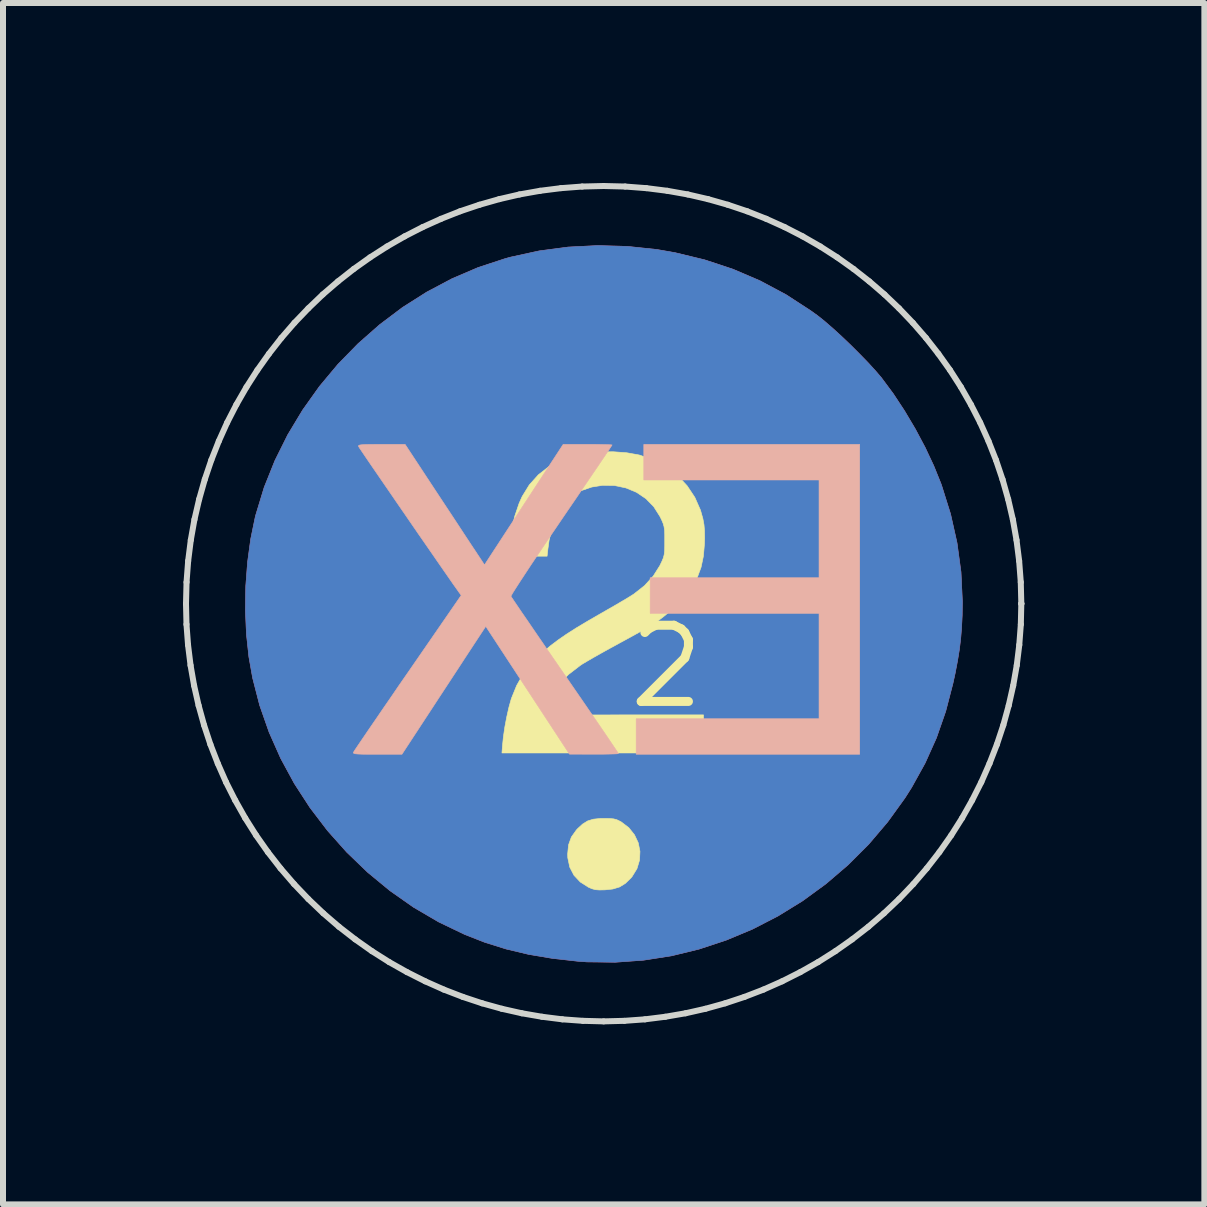
<source format=kicad_pcb>
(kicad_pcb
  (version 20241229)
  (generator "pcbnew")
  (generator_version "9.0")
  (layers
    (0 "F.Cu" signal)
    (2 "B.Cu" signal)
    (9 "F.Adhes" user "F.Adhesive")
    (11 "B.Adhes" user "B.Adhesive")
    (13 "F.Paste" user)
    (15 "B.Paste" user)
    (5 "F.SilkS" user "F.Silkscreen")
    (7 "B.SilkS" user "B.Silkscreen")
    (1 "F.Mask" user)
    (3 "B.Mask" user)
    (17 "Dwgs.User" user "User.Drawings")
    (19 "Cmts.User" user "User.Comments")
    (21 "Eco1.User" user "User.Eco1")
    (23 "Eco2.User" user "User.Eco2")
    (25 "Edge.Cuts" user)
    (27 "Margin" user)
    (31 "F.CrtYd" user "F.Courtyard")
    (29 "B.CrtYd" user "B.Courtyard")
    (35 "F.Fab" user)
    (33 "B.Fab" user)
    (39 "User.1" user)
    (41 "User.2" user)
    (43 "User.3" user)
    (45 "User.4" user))
  (footprint "2"
    (layer "F.Cu")
    (at 8.061 8.061)
    (property "Reference" "2" (at 0 0 0) (layer "F.SilkS") (effects (font (size 1.27 1.27) (thickness 0.15))))
    (attr through_hole)
    (fp_poly (pts (xy -0.654 -7.004) (xy -0.162 -6.952) (xy 0.141 -6.899) (xy 0.632 -6.78) (xy 1.104 -6.624) (xy 1.555 -6.431) (xy 1.988 -6.2) (xy 2.402 -5.931) (xy 2.517 -5.848) (xy 2.632 -5.756) (xy 2.767 -5.639) (xy 2.914 -5.505) (xy 3.067 -5.359) (xy 3.217 -5.209) (xy 3.358 -5.064) (xy 3.482 -4.928) (xy 3.582 -4.811) (xy 3.586 -4.805) (xy 3.776 -4.549) (xy 3.963 -4.265) (xy 4.143 -3.962) (xy 4.308 -3.652) (xy 4.452 -3.345) (xy 4.57 -3.053) (xy 4.58 -3.026) (xy 4.731 -2.544) (xy 4.839 -2.062) (xy 4.905 -1.577) (xy 4.928 -1.09) (xy 4.925 -0.857) (xy 4.915 -0.654) (xy 4.9 -0.468) (xy 4.878 -0.286) (xy 4.847 -0.096) (xy 4.807 0.113) (xy 4.771 0.278) (xy 4.65 0.744) (xy 4.496 1.186) (xy 4.307 1.607) (xy 4.082 2.013) (xy 3.971 2.188) (xy 3.683 2.587) (xy 3.366 2.96) (xy 3.022 3.304) (xy 2.654 3.619) (xy 2.265 3.903) (xy 1.856 4.155) (xy 1.431 4.374) (xy 0.991 4.558) (xy 0.54 4.707) (xy 0.08 4.819) (xy -0.387 4.892) (xy -0.858 4.926) (xy -1.331 4.92) (xy -1.482 4.909) (xy -1.908 4.861) (xy -2.303 4.794) (xy -2.676 4.705) (xy -3.033 4.593) (xy -3.365 4.463) (xy -3.8 4.254) (xy -4.217 4.01) (xy -4.612 3.733) (xy -4.984 3.426) (xy -5.331 3.092) (xy -5.651 2.733) (xy -5.943 2.35) (xy -6.204 1.948) (xy -6.432 1.528) (xy -6.625 1.093) (xy -6.782 0.645) (xy -6.9 0.187) (xy -6.962 -0.162) (xy -7.003 -0.543) (xy -7.02 -0.94) (xy -7.014 -1.343) (xy -6.984 -1.742) (xy -6.932 -2.126) (xy -6.858 -2.485) (xy -6.847 -2.529) (xy -6.707 -2.989) (xy -6.528 -3.435) (xy -6.314 -3.865) (xy -6.066 -4.277) (xy -5.787 -4.669) (xy -5.479 -5.038) (xy -5.143 -5.382) (xy -4.783 -5.699) (xy -4.401 -5.987) (xy -3.997 -6.243) (xy -3.576 -6.466) (xy -3.139 -6.653) (xy -2.688 -6.801) (xy -2.596 -6.826) (xy -2.124 -6.929) (xy -1.64 -6.993) (xy -1.148 -7.018) (xy -0.654 -7.004)) (stroke (width 0.01) (type solid)) (fill yes) (layer "F.Cu"))
    (fp_poly (pts (xy -0.654 -7.004) (xy -0.162 -6.952) (xy 0.141 -6.899) (xy 0.632 -6.78) (xy 1.104 -6.624) (xy 1.555 -6.431) (xy 1.988 -6.2) (xy 2.402 -5.931) (xy 2.517 -5.848) (xy 2.632 -5.756) (xy 2.767 -5.639) (xy 2.914 -5.505) (xy 3.067 -5.359) (xy 3.217 -5.209) (xy 3.358 -5.064) (xy 3.482 -4.928) (xy 3.582 -4.811) (xy 3.586 -4.805) (xy 3.776 -4.549) (xy 3.963 -4.265) (xy 4.143 -3.962) (xy 4.308 -3.652) (xy 4.452 -3.345) (xy 4.57 -3.053) (xy 4.58 -3.026) (xy 4.731 -2.544) (xy 4.839 -2.062) (xy 4.905 -1.577) (xy 4.928 -1.09) (xy 4.925 -0.857) (xy 4.915 -0.654) (xy 4.9 -0.468) (xy 4.878 -0.286) (xy 4.847 -0.096) (xy 4.807 0.113) (xy 4.771 0.278) (xy 4.65 0.744) (xy 4.496 1.186) (xy 4.307 1.607) (xy 4.082 2.013) (xy 3.971 2.188) (xy 3.683 2.587) (xy 3.366 2.96) (xy 3.022 3.304) (xy 2.654 3.619) (xy 2.265 3.903) (xy 1.856 4.155) (xy 1.431 4.374) (xy 0.991 4.558) (xy 0.54 4.707) (xy 0.08 4.819) (xy -0.387 4.892) (xy -0.858 4.926) (xy -1.331 4.92) (xy -1.482 4.909) (xy -1.908 4.861) (xy -2.303 4.794) (xy -2.676 4.705) (xy -3.033 4.593) (xy -3.365 4.463) (xy -3.8 4.254) (xy -4.217 4.01) (xy -4.612 3.733) (xy -4.984 3.426) (xy -5.331 3.092) (xy -5.651 2.733) (xy -5.943 2.35) (xy -6.204 1.948) (xy -6.432 1.528) (xy -6.625 1.093) (xy -6.782 0.645) (xy -6.9 0.187) (xy -6.962 -0.162) (xy -7.003 -0.543) (xy -7.02 -0.94) (xy -7.014 -1.343) (xy -6.984 -1.742) (xy -6.932 -2.126) (xy -6.858 -2.485) (xy -6.847 -2.529) (xy -6.707 -2.989) (xy -6.528 -3.435) (xy -6.314 -3.865) (xy -6.066 -4.277) (xy -5.787 -4.669) (xy -5.479 -5.038) (xy -5.143 -5.382) (xy -4.783 -5.699) (xy -4.401 -5.987) (xy -3.997 -6.243) (xy -3.576 -6.466) (xy -3.139 -6.653) (xy -2.688 -6.801) (xy -2.596 -6.826) (xy -2.124 -6.929) (xy -1.64 -6.993) (xy -1.148 -7.018) (xy -0.654 -7.004)) (stroke (width 0.01) (type solid)) (fill yes) (layer "B.Cu"))
    (fp_poly (pts (xy -0.952 2.531) (xy -0.884 2.537) (xy -0.833 2.55) (xy -0.783 2.574) (xy -0.758 2.587) (xy -0.631 2.684) (xy -0.536 2.803) (xy -0.473 2.937) (xy -0.445 3.079) (xy -0.452 3.225) (xy -0.495 3.367) (xy -0.576 3.499) (xy -0.597 3.524) (xy -0.689 3.613) (xy -0.785 3.672) (xy -0.898 3.706) (xy -1.027 3.72) (xy -1.12 3.722) (xy -1.188 3.717) (xy -1.246 3.701) (xy -1.302 3.677) (xy -1.44 3.589) (xy -1.545 3.477) (xy -1.615 3.342) (xy -1.648 3.186) (xy -1.65 3.122) (xy -1.635 2.97) (xy -1.588 2.84) (xy -1.505 2.723) (xy -1.486 2.702) (xy -1.4 2.623) (xy -1.316 2.571) (xy -1.221 2.542) (xy -1.103 2.53) (xy -1.048 2.53) (xy -0.952 2.531)) (stroke (width 0.01) (type solid)) (fill yes) (layer "F.SilkS"))
    (fp_poly (pts (xy -0.665 -3.565) (xy -0.459 -3.528) (xy -0.445 -3.524) (xy -0.215 -3.444) (xy -0.005 -3.33) (xy 0.182 -3.186) (xy 0.341 -3.015) (xy 0.47 -2.821) (xy 0.564 -2.608) (xy 0.604 -2.465) (xy 0.622 -2.367) (xy 0.631 -2.264) (xy 0.633 -2.143) (xy 0.63 -2.046) (xy 0.612 -1.84) (xy 0.574 -1.658) (xy 0.513 -1.493) (xy 0.423 -1.335) (xy 0.301 -1.178) (xy 0.169 -1.036) (xy 0.094 -0.962) (xy 0.023 -0.896) (xy -0.049 -0.836) (xy -0.127 -0.777) (xy -0.216 -0.717) (xy -0.322 -0.652) (xy -0.449 -0.578) (xy -0.602 -0.493) (xy -0.788 -0.392) (xy -0.818 -0.375) (xy -0.958 -0.299) (xy -1.093 -0.224) (xy -1.217 -0.154) (xy -1.322 -0.093) (xy -1.403 -0.045) (xy -1.442 -0.019) (xy -1.637 0.131) (xy -1.791 0.291) (xy -1.906 0.461) (xy -1.97 0.607) (xy -1.985 0.647) (xy -1.999 0.681) (xy -2.01 0.711) (xy -2.013 0.735) (xy -2.007 0.754) (xy -1.988 0.77) (xy -1.954 0.782) (xy -1.901 0.791) (xy -1.827 0.798) (xy -1.728 0.802) (xy -1.603 0.804) (xy -1.447 0.805) (xy -1.259 0.805) (xy -1.035 0.805) (xy -0.772 0.804) (xy -0.699 0.804) (xy 0.614 0.804) (xy 0.614 1.439) (xy -2.745 1.439) (xy -2.736 1.318) (xy -2.721 1.17) (xy -2.697 1.005) (xy -2.665 0.836) (xy -2.629 0.677) (xy -2.592 0.544) (xy -2.584 0.521) (xy -2.5 0.314) (xy -2.395 0.13) (xy -2.26 -0.042) (xy -2.16 -0.148) (xy -2.053 -0.249) (xy -1.939 -0.346) (xy -1.814 -0.441) (xy -1.671 -0.54) (xy -1.505 -0.646) (xy -1.311 -0.762) (xy -1.122 -0.871) (xy -0.988 -0.948) (xy -0.859 -1.022) (xy -0.742 -1.091) (xy -0.644 -1.149) (xy -0.572 -1.194) (xy -0.544 -1.212) (xy -0.369 -1.35) (xy -0.224 -1.509) (xy -0.114 -1.683) (xy -0.111 -1.689) (xy -0.077 -1.76) (xy -0.054 -1.815) (xy -0.041 -1.868) (xy -0.034 -1.929) (xy -0.032 -2.012) (xy -0.032 -2.095) (xy -0.032 -2.202) (xy -0.035 -2.278) (xy -0.044 -2.336) (xy -0.059 -2.388) (xy -0.084 -2.447) (xy -0.111 -2.502) (xy -0.215 -2.666) (xy -0.347 -2.801) (xy -0.503 -2.906) (xy -0.679 -2.979) (xy -0.869 -3.019) (xy -1.07 -3.022) (xy -1.247 -2.994) (xy -1.428 -2.932) (xy -1.584 -2.835) (xy -1.715 -2.704) (xy -1.821 -2.539) (xy -1.902 -2.34) (xy -1.959 -2.107) (xy -1.979 -1.963) (xy -1.993 -1.841) (xy -2.631 -1.841) (xy -2.617 -2.041) (xy -2.587 -2.272) (xy -2.533 -2.504) (xy -2.459 -2.723) (xy -2.409 -2.835) (xy -2.289 -3.03) (xy -2.138 -3.198) (xy -1.957 -3.339) (xy -1.75 -3.448) (xy -1.562 -3.513) (xy -1.356 -3.556) (xy -1.128 -3.579) (xy -0.893 -3.582) (xy -0.665 -3.565)) (stroke (width 0.01) (type solid)) (fill yes) (layer "F.SilkS"))
    (fp_poly (pts (xy 3.217 1.46) (xy -0.508 1.46) (xy -0.508 0.868) (xy 2.54 0.868) (xy 2.54 -0.889) (xy -0.275 -0.889) (xy -0.275 -1.482) (xy 2.54 -1.482) (xy 2.54 -3.111) (xy -0.381 -3.111) (xy -0.381 -3.704) (xy 3.217 -3.704) (xy 3.217 1.46)) (stroke (width 0.01) (type solid)) (fill yes) (layer "B.SilkS"))
    (fp_poly (pts (xy -3.882 -2.979) (xy -3.77 -2.809) (xy -3.657 -2.638) (xy -3.548 -2.473) (xy -3.447 -2.319) (xy -3.357 -2.182) (xy -3.282 -2.068) (xy -3.226 -1.983) (xy -3.22 -1.975) (xy -3.036 -1.696) (xy -2.381 -2.7) (xy -1.725 -3.704) (xy -1.318 -3.704) (xy -1.192 -3.704) (xy -1.081 -3.702) (xy -0.993 -3.7) (xy -0.934 -3.698) (xy -0.91 -3.695) (xy -0.91 -3.695) (xy -0.922 -3.676) (xy -0.955 -3.626) (xy -1.009 -3.545) (xy -1.081 -3.439) (xy -1.169 -3.308) (xy -1.272 -3.157) (xy -1.387 -2.988) (xy -1.512 -2.803) (xy -1.647 -2.606) (xy -1.758 -2.443) (xy -1.898 -2.237) (xy -2.03 -2.041) (xy -2.153 -1.858) (xy -2.265 -1.691) (xy -2.363 -1.542) (xy -2.447 -1.414) (xy -2.514 -1.31) (xy -2.562 -1.234) (xy -2.589 -1.187) (xy -2.595 -1.173) (xy -2.582 -1.152) (xy -2.546 -1.098) (xy -2.49 -1.015) (xy -2.416 -0.906) (xy -2.325 -0.774) (xy -2.22 -0.62) (xy -2.102 -0.448) (xy -1.974 -0.261) (xy -1.836 -0.061) (xy -1.695 0.144) (xy -1.551 0.353) (xy -1.414 0.552) (xy -1.286 0.738) (xy -1.169 0.908) (xy -1.065 1.06) (xy -0.976 1.191) (xy -0.904 1.298) (xy -0.85 1.378) (xy -0.816 1.429) (xy -0.804 1.448) (xy -0.824 1.452) (xy -0.88 1.455) (xy -0.966 1.457) (xy -1.074 1.459) (xy -1.199 1.459) (xy -1.212 1.459) (xy -1.619 1.458) (xy -2.317 0.393) (xy -3.015 -0.672) (xy -3.281 -0.267) (xy -3.358 -0.15) (xy -3.453 -0.004) (xy -3.561 0.161) (xy -3.677 0.338) (xy -3.796 0.519) (xy -3.912 0.697) (xy -3.979 0.799) (xy -4.412 1.46) (xy -4.822 1.46) (xy -4.965 1.46) (xy -5.07 1.459) (xy -5.143 1.456) (xy -5.189 1.452) (xy -5.214 1.445) (xy -5.222 1.435) (xy -5.22 1.429) (xy -5.207 1.406) (xy -5.171 1.352) (xy -5.115 1.269) (xy -5.04 1.159) (xy -4.949 1.025) (xy -4.843 0.871) (xy -4.725 0.698) (xy -4.596 0.511) (xy -4.459 0.31) (xy -4.316 0.104) (xy -3.424 -1.189) (xy -3.465 -1.245) (xy -3.498 -1.292) (xy -3.551 -1.366) (xy -3.62 -1.466) (xy -3.705 -1.588) (xy -3.802 -1.728) (xy -3.909 -1.883) (xy -4.024 -2.049) (xy -4.144 -2.222) (xy -4.267 -2.401) (xy -4.39 -2.58) (xy -4.512 -2.757) (xy -4.629 -2.928) (xy -4.74 -3.089) (xy -4.842 -3.238) (xy -4.933 -3.37) (xy -5.009 -3.482) (xy -5.07 -3.572) (xy -5.112 -3.634) (xy -5.133 -3.667) (xy -5.135 -3.67) (xy -5.136 -3.682) (xy -5.124 -3.691) (xy -5.095 -3.697) (xy -5.043 -3.701) (xy -4.963 -3.703) (xy -4.849 -3.704) (xy -4.753 -3.704) (xy -4.359 -3.704) (xy -3.882 -2.979)) (stroke (width 0.01) (type solid)) (fill yes) (layer "B.SilkS"))
    (fp_line (start -8.011 -1.05) (end -8.002 -1.408) (stroke (width 0.1) (type solid)) (layer "Edge.Cuts"))
    (fp_line (start -8.003 -0.705) (end -8.011 -1.05) (stroke (width 0.1) (type solid)) (layer "Edge.Cuts"))
    (fp_line (start -8.002 -1.408) (end -7.975 -1.762) (stroke (width 0.1) (type solid)) (layer "Edge.Cuts"))
    (fp_line (start -7.977 -0.362) (end -8.003 -0.705) (stroke (width 0.1) (type solid)) (layer "Edge.Cuts"))
    (fp_line (start -7.975 -1.762) (end -7.931 -2.11) (stroke (width 0.1) (type solid)) (layer "Edge.Cuts"))
    (fp_line (start -7.935 -0.022) (end -7.977 -0.362) (stroke (width 0.1) (type solid)) (layer "Edge.Cuts"))
    (fp_line (start -7.931 -2.11) (end -7.87 -2.453) (stroke (width 0.1) (type solid)) (layer "Edge.Cuts"))
    (fp_line (start -7.876 0.315) (end -7.935 -0.022) (stroke (width 0.1) (type solid)) (layer "Edge.Cuts"))
    (fp_line (start -7.87 -2.453) (end -7.792 -2.789) (stroke (width 0.1) (type solid)) (layer "Edge.Cuts"))
    (fp_line (start -7.801 0.647) (end -7.876 0.315) (stroke (width 0.1) (type solid)) (layer "Edge.Cuts"))
    (fp_line (start -7.792 -2.789) (end -7.698 -3.12) (stroke (width 0.1) (type solid)) (layer "Edge.Cuts"))
    (fp_line (start -7.71 0.975) (end -7.801 0.647) (stroke (width 0.1) (type solid)) (layer "Edge.Cuts"))
    (fp_line (start -7.698 -3.12) (end -7.589 -3.443) (stroke (width 0.1) (type solid)) (layer "Edge.Cuts"))
    (fp_line (start -7.604 1.297) (end -7.71 0.975) (stroke (width 0.1) (type solid)) (layer "Edge.Cuts"))
    (fp_line (start -7.589 -3.443) (end -7.464 -3.759) (stroke (width 0.1) (type solid)) (layer "Edge.Cuts"))
    (fp_line (start -7.481 1.614) (end -7.604 1.297) (stroke (width 0.1) (type solid)) (layer "Edge.Cuts"))
    (fp_line (start -7.464 -3.759) (end -7.325 -4.068) (stroke (width 0.1) (type solid)) (layer "Edge.Cuts"))
    (fp_line (start -7.344 1.925) (end -7.481 1.614) (stroke (width 0.1) (type solid)) (layer "Edge.Cuts"))
    (fp_line (start -7.325 -4.068) (end -7.171 -4.368) (stroke (width 0.1) (type solid)) (layer "Edge.Cuts"))
    (fp_line (start -7.191 2.228) (end -7.344 1.925) (stroke (width 0.1) (type solid)) (layer "Edge.Cuts"))
    (fp_line (start -7.171 -4.368) (end -7.003 -4.66) (stroke (width 0.1) (type solid)) (layer "Edge.Cuts"))
    (fp_line (start -7.024 2.524) (end -7.191 2.228) (stroke (width 0.1) (type solid)) (layer "Edge.Cuts"))
    (fp_line (start -7.003 -4.66) (end -6.822 -4.942) (stroke (width 0.1) (type solid)) (layer "Edge.Cuts"))
    (fp_line (start -6.842 2.812) (end -7.024 2.524) (stroke (width 0.1) (type solid)) (layer "Edge.Cuts"))
    (fp_line (start -6.822 -4.942) (end -6.628 -5.215) (stroke (width 0.1) (type solid)) (layer "Edge.Cuts"))
    (fp_line (start -6.645 3.092) (end -6.842 2.812) (stroke (width 0.1) (type solid)) (layer "Edge.Cuts"))
    (fp_line (start -6.628 -5.215) (end -6.422 -5.478) (stroke (width 0.1) (type solid)) (layer "Edge.Cuts"))
    (fp_line (start -6.435 3.362) (end -6.645 3.092) (stroke (width 0.1) (type solid)) (layer "Edge.Cuts"))
    (fp_line (start -6.422 -5.478) (end -6.203 -5.731) (stroke (width 0.1) (type solid)) (layer "Edge.Cuts"))
    (fp_line (start -6.21 3.623) (end -6.435 3.362) (stroke (width 0.1) (type solid)) (layer "Edge.Cuts"))
    (fp_line (start -6.203 -5.731) (end -5.972 -5.972) (stroke (width 0.1) (type solid)) (layer "Edge.Cuts"))
    (fp_line (start -5.972 -5.972) (end -5.731 -6.203) (stroke (width 0.1) (type solid)) (layer "Edge.Cuts"))
    (fp_line (start -5.972 3.873) (end -6.21 3.623) (stroke (width 0.1) (type solid)) (layer "Edge.Cuts"))
    (fp_line (start -5.731 -6.203) (end -5.478 -6.421) (stroke (width 0.1) (type solid)) (layer "Edge.Cuts"))
    (fp_line (start -5.722 4.111) (end -5.972 3.873) (stroke (width 0.1) (type solid)) (layer "Edge.Cuts"))
    (fp_line (start -5.478 -6.421) (end -5.215 -6.628) (stroke (width 0.1) (type solid)) (layer "Edge.Cuts"))
    (fp_line (start -5.462 4.335) (end -5.722 4.111) (stroke (width 0.1) (type solid)) (layer "Edge.Cuts"))
    (fp_line (start -5.215 -6.628) (end -4.942 -6.822) (stroke (width 0.1) (type solid)) (layer "Edge.Cuts"))
    (fp_line (start -5.191 4.545) (end -5.462 4.335) (stroke (width 0.1) (type solid)) (layer "Edge.Cuts"))
    (fp_line (start -4.942 -6.822) (end -4.66 -7.003) (stroke (width 0.1) (type solid)) (layer "Edge.Cuts"))
    (fp_line (start -4.912 4.742) (end -5.191 4.545) (stroke (width 0.1) (type solid)) (layer "Edge.Cuts"))
    (fp_line (start -4.66 -7.003) (end -4.368 -7.171) (stroke (width 0.1) (type solid)) (layer "Edge.Cuts"))
    (fp_line (start -4.624 4.924) (end -4.912 4.742) (stroke (width 0.1) (type solid)) (layer "Edge.Cuts"))
    (fp_line (start -4.368 -7.171) (end -4.068 -7.325) (stroke (width 0.1) (type solid)) (layer "Edge.Cuts"))
    (fp_line (start -4.328 5.091) (end -4.624 4.924) (stroke (width 0.1) (type solid)) (layer "Edge.Cuts"))
    (fp_line (start -4.068 -7.325) (end -3.76 -7.464) (stroke (width 0.1) (type solid)) (layer "Edge.Cuts"))
    (fp_line (start -4.024 5.244) (end -4.328 5.091) (stroke (width 0.1) (type solid)) (layer "Edge.Cuts"))
    (fp_line (start -3.76 -7.464) (end -3.444 -7.589) (stroke (width 0.1) (type solid)) (layer "Edge.Cuts"))
    (fp_line (start -3.714 5.382) (end -4.024 5.244) (stroke (width 0.1) (type solid)) (layer "Edge.Cuts"))
    (fp_line (start -3.444 -7.589) (end -3.12 -7.698) (stroke (width 0.1) (type solid)) (layer "Edge.Cuts"))
    (fp_line (start -3.397 5.504) (end -3.714 5.382) (stroke (width 0.1) (type solid)) (layer "Edge.Cuts"))
    (fp_line (start -3.12 -7.698) (end -2.79 -7.792) (stroke (width 0.1) (type solid)) (layer "Edge.Cuts"))
    (fp_line (start -3.075 5.611) (end -3.397 5.504) (stroke (width 0.1) (type solid)) (layer "Edge.Cuts"))
    (fp_line (start -2.79 -7.792) (end -2.453 -7.87) (stroke (width 0.1) (type solid)) (layer "Edge.Cuts"))
    (fp_line (start -2.747 5.702) (end -3.075 5.611) (stroke (width 0.1) (type solid)) (layer "Edge.Cuts"))
    (fp_line (start -2.453 -7.87) (end -2.11 -7.931) (stroke (width 0.1) (type solid)) (layer "Edge.Cuts"))
    (fp_line (start -2.414 5.777) (end -2.747 5.702) (stroke (width 0.1) (type solid)) (layer "Edge.Cuts"))
    (fp_line (start -2.11 -7.931) (end -1.762 -7.975) (stroke (width 0.1) (type solid)) (layer "Edge.Cuts"))
    (fp_line (start -2.078 5.835) (end -2.414 5.777) (stroke (width 0.1) (type solid)) (layer "Edge.Cuts"))
    (fp_line (start -1.762 -7.975) (end -1.408 -8.002) (stroke (width 0.1) (type solid)) (layer "Edge.Cuts"))
    (fp_line (start -1.738 5.878) (end -2.078 5.835) (stroke (width 0.1) (type solid)) (layer "Edge.Cuts"))
    (fp_line (start -1.408 -8.002) (end -1.05 -8.011) (stroke (width 0.1) (type solid)) (layer "Edge.Cuts"))
    (fp_line (start -1.395 5.903) (end -1.738 5.878) (stroke (width 0.1) (type solid)) (layer "Edge.Cuts"))
    (fp_line (start -1.05 -8.011) (end -0.692 -8.002) (stroke (width 0.1) (type solid)) (layer "Edge.Cuts"))
    (fp_line (start -1.05 5.912) (end -1.395 5.903) (stroke (width 0.1) (type solid)) (layer "Edge.Cuts"))
    (fp_line (start -0.705 5.903) (end -1.05 5.912) (stroke (width 0.1) (type solid)) (layer "Edge.Cuts"))
    (fp_line (start -0.692 -8.002) (end -0.338 -7.975) (stroke (width 0.1) (type solid)) (layer "Edge.Cuts"))
    (fp_line (start -0.362 5.878) (end -0.705 5.903) (stroke (width 0.1) (type solid)) (layer "Edge.Cuts"))
    (fp_line (start -0.338 -7.975) (end 0.01 -7.931) (stroke (width 0.1) (type solid)) (layer "Edge.Cuts"))
    (fp_line (start -0.022 5.835) (end -0.362 5.878) (stroke (width 0.1) (type solid)) (layer "Edge.Cuts"))
    (fp_line (start 0.01 -7.931) (end 0.353 -7.87) (stroke (width 0.1) (type solid)) (layer "Edge.Cuts"))
    (fp_line (start 0.315 5.777) (end -0.022 5.835) (stroke (width 0.1) (type solid)) (layer "Edge.Cuts"))
    (fp_line (start 0.353 -7.87) (end 0.69 -7.792) (stroke (width 0.1) (type solid)) (layer "Edge.Cuts"))
    (fp_line (start 0.647 5.702) (end 0.315 5.777) (stroke (width 0.1) (type solid)) (layer "Edge.Cuts"))
    (fp_line (start 0.69 -7.792) (end 1.02 -7.698) (stroke (width 0.1) (type solid)) (layer "Edge.Cuts"))
    (fp_line (start 0.975 5.611) (end 0.647 5.702) (stroke (width 0.1) (type solid)) (layer "Edge.Cuts"))
    (fp_line (start 1.02 -7.698) (end 1.344 -7.589) (stroke (width 0.1) (type solid)) (layer "Edge.Cuts"))
    (fp_line (start 1.297 5.504) (end 0.975 5.611) (stroke (width 0.1) (type solid)) (layer "Edge.Cuts"))
    (fp_line (start 1.344 -7.589) (end 1.66 -7.464) (stroke (width 0.1) (type solid)) (layer "Edge.Cuts"))
    (fp_line (start 1.614 5.382) (end 1.297 5.504) (stroke (width 0.1) (type solid)) (layer "Edge.Cuts"))
    (fp_line (start 1.66 -7.464) (end 1.968 -7.325) (stroke (width 0.1) (type solid)) (layer "Edge.Cuts"))
    (fp_line (start 1.925 5.244) (end 1.614 5.382) (stroke (width 0.1) (type solid)) (layer "Edge.Cuts"))
    (fp_line (start 1.968 -7.325) (end 2.268 -7.171) (stroke (width 0.1) (type solid)) (layer "Edge.Cuts"))
    (fp_line (start 2.228 5.091) (end 1.925 5.244) (stroke (width 0.1) (type solid)) (layer "Edge.Cuts"))
    (fp_line (start 2.268 -7.171) (end 2.56 -7.003) (stroke (width 0.1) (type solid)) (layer "Edge.Cuts"))
    (fp_line (start 2.524 4.924) (end 2.228 5.091) (stroke (width 0.1) (type solid)) (layer "Edge.Cuts"))
    (fp_line (start 2.56 -7.003) (end 2.842 -6.822) (stroke (width 0.1) (type solid)) (layer "Edge.Cuts"))
    (fp_line (start 2.812 4.742) (end 2.524 4.924) (stroke (width 0.1) (type solid)) (layer "Edge.Cuts"))
    (fp_line (start 2.842 -6.822) (end 3.115 -6.628) (stroke (width 0.1) (type solid)) (layer "Edge.Cuts"))
    (fp_line (start 3.092 4.545) (end 2.812 4.742) (stroke (width 0.1) (type solid)) (layer "Edge.Cuts"))
    (fp_line (start 3.115 -6.628) (end 3.378 -6.421) (stroke (width 0.1) (type solid)) (layer "Edge.Cuts"))
    (fp_line (start 3.362 4.335) (end 3.092 4.545) (stroke (width 0.1) (type solid)) (layer "Edge.Cuts"))
    (fp_line (start 3.378 -6.421) (end 3.631 -6.203) (stroke (width 0.1) (type solid)) (layer "Edge.Cuts"))
    (fp_line (start 3.622 4.111) (end 3.362 4.335) (stroke (width 0.1) (type solid)) (layer "Edge.Cuts"))
    (fp_line (start 3.631 -6.203) (end 3.873 -5.972) (stroke (width 0.1) (type solid)) (layer "Edge.Cuts"))
    (fp_line (start 3.873 -5.972) (end 4.103 -5.731) (stroke (width 0.1) (type solid)) (layer "Edge.Cuts"))
    (fp_line (start 3.873 3.873) (end 3.622 4.111) (stroke (width 0.1) (type solid)) (layer "Edge.Cuts"))
    (fp_line (start 4.103 -5.731) (end 4.322 -5.478) (stroke (width 0.1) (type solid)) (layer "Edge.Cuts"))
    (fp_line (start 4.111 3.623) (end 3.873 3.873) (stroke (width 0.1) (type solid)) (layer "Edge.Cuts"))
    (fp_line (start 4.322 -5.478) (end 4.528 -5.215) (stroke (width 0.1) (type solid)) (layer "Edge.Cuts"))
    (fp_line (start 4.335 3.362) (end 4.111 3.623) (stroke (width 0.1) (type solid)) (layer "Edge.Cuts"))
    (fp_line (start 4.528 -5.215) (end 4.723 -4.942) (stroke (width 0.1) (type solid)) (layer "Edge.Cuts"))
    (fp_line (start 4.545 3.092) (end 4.335 3.362) (stroke (width 0.1) (type solid)) (layer "Edge.Cuts"))
    (fp_line (start 4.723 -4.942) (end 4.904 -4.66) (stroke (width 0.1) (type solid)) (layer "Edge.Cuts"))
    (fp_line (start 4.742 2.812) (end 4.545 3.092) (stroke (width 0.1) (type solid)) (layer "Edge.Cuts"))
    (fp_line (start 4.904 -4.66) (end 5.071 -4.368) (stroke (width 0.1) (type solid)) (layer "Edge.Cuts"))
    (fp_line (start 4.924 2.524) (end 4.742 2.812) (stroke (width 0.1) (type solid)) (layer "Edge.Cuts"))
    (fp_line (start 5.071 -4.368) (end 5.225 -4.068) (stroke (width 0.1) (type solid)) (layer "Edge.Cuts"))
    (fp_line (start 5.091 2.228) (end 4.924 2.524) (stroke (width 0.1) (type solid)) (layer "Edge.Cuts"))
    (fp_line (start 5.225 -4.068) (end 5.364 -3.759) (stroke (width 0.1) (type solid)) (layer "Edge.Cuts"))
    (fp_line (start 5.244 1.925) (end 5.091 2.228) (stroke (width 0.1) (type solid)) (layer "Edge.Cuts"))
    (fp_line (start 5.364 -3.759) (end 5.489 -3.443) (stroke (width 0.1) (type solid)) (layer "Edge.Cuts"))
    (fp_line (start 5.381 1.614) (end 5.244 1.925) (stroke (width 0.1) (type solid)) (layer "Edge.Cuts"))
    (fp_line (start 5.489 -3.443) (end 5.598 -3.12) (stroke (width 0.1) (type solid)) (layer "Edge.Cuts"))
    (fp_line (start 5.504 1.297) (end 5.381 1.614) (stroke (width 0.1) (type solid)) (layer "Edge.Cuts"))
    (fp_line (start 5.598 -3.12) (end 5.692 -2.789) (stroke (width 0.1) (type solid)) (layer "Edge.Cuts"))
    (fp_line (start 5.611 0.975) (end 5.504 1.297) (stroke (width 0.1) (type solid)) (layer "Edge.Cuts"))
    (fp_line (start 5.692 -2.789) (end 5.77 -2.453) (stroke (width 0.1) (type solid)) (layer "Edge.Cuts"))
    (fp_line (start 5.701 0.647) (end 5.611 0.975) (stroke (width 0.1) (type solid)) (layer "Edge.Cuts"))
    (fp_line (start 5.77 -2.453) (end 5.831 -2.11) (stroke (width 0.1) (type solid)) (layer "Edge.Cuts"))
    (fp_line (start 5.776 0.315) (end 5.701 0.647) (stroke (width 0.1) (type solid)) (layer "Edge.Cuts"))
    (fp_line (start 5.831 -2.11) (end 5.875 -1.762) (stroke (width 0.1) (type solid)) (layer "Edge.Cuts"))
    (fp_line (start 5.835 -0.022) (end 5.776 0.315) (stroke (width 0.1) (type solid)) (layer "Edge.Cuts"))
    (fp_line (start 5.875 -1.762) (end 5.902 -1.408) (stroke (width 0.1) (type solid)) (layer "Edge.Cuts"))
    (fp_line (start 5.877 -0.362) (end 5.835 -0.022) (stroke (width 0.1) (type solid)) (layer "Edge.Cuts"))
    (fp_line (start 5.902 -1.408) (end 5.911 -1.05) (stroke (width 0.1) (type solid)) (layer "Edge.Cuts"))
    (fp_line (start 5.903 -0.705) (end 5.877 -0.362) (stroke (width 0.1) (type solid)) (layer "Edge.Cuts"))
    (fp_line (start 5.911 -1.05) (end 5.903 -0.705) (stroke (width 0.1) (type solid)) (layer "Edge.Cuts"))
    (fp_line (start 5.911 -1.05) (end 5.911 -1.05) (stroke (width 0.1) (type solid)) (layer "Edge.Cuts"))
    (fp_line (start 5.911 -1.05) (end 5.911 -1.05) (stroke (width 0.1) (type solid)) (layer "Edge.Cuts")))
  (gr_rect
    (start -3 -3)
    (end 17.023 17.023)
    (stroke (width 0.1) (type default))
    (fill no)
    (layer "Edge.Cuts")))
</source>
